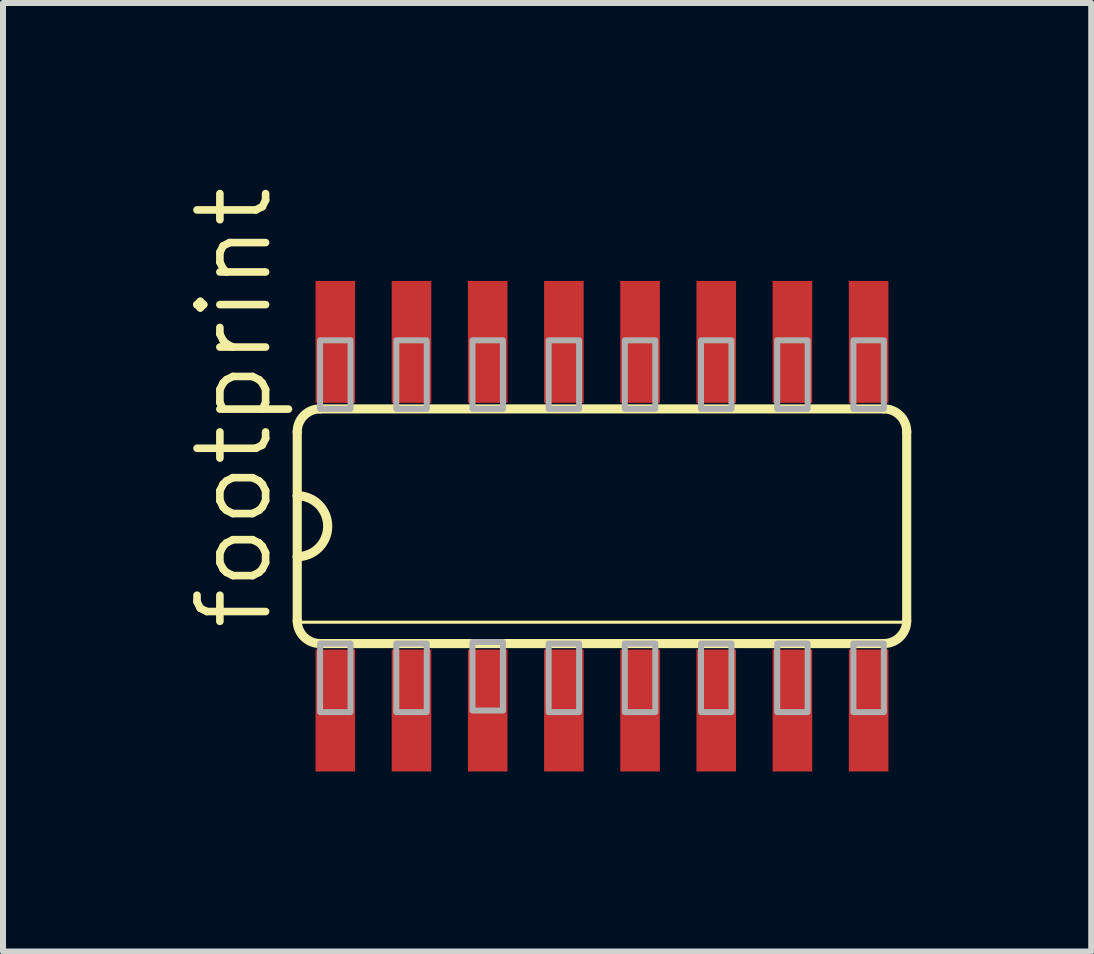
<source format=kicad_pcb>
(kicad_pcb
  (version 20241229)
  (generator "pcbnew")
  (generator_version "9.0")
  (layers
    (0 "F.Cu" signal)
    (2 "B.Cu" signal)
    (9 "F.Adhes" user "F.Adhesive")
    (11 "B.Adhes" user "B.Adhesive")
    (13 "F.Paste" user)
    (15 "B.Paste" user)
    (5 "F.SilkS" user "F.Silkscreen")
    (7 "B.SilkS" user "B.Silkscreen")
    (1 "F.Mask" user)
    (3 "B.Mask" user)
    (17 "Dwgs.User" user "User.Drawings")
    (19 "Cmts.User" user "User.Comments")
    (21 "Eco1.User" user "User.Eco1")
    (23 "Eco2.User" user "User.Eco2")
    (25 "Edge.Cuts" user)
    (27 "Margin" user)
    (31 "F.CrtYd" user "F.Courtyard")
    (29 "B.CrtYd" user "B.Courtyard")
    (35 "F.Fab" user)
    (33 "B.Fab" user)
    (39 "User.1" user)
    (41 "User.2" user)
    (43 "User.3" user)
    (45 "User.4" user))
  (footprint "footprint"
    (layer "F.Cu")
    (at 6.985 5.722)
    (property "Reference" "footprint" (at -5.461 1.778 90) (layer "F.SilkS") (effects (font (size 1.143 1.143) (thickness 0.127)) (justify left bottom)))
    (fp_line (start -5.08 -1.575) (end -5.08 -0.508) (stroke (width 0.152) (type solid)) (layer "F.SilkS"))
    (fp_line (start -5.08 -0.508) (end -5.08 0.508) (stroke (width 0.152) (type solid)) (layer "F.SilkS"))
    (fp_line (start -5.08 0.508) (end -5.08 1.575) (stroke (width 0.152) (type solid)) (layer "F.SilkS"))
    (fp_line (start -5.08 1.6) (end 5.08 1.6) (stroke (width 0.051) (type solid)) (layer "F.SilkS"))
    (fp_line (start -4.699 1.956) (end 4.699 1.956) (stroke (width 0.152) (type solid)) (layer "F.SilkS"))
    (fp_line (start 4.699 -1.956) (end -4.699 -1.956) (stroke (width 0.152) (type solid)) (layer "F.SilkS"))
    (fp_line (start 5.08 1.575) (end 5.08 -1.575) (stroke (width 0.152) (type solid)) (layer "F.SilkS"))
    (fp_arc (start -5.08 -1.5748) (mid -4.968408 -1.844208) (end -4.699 -1.9558) (stroke (width 0.1524) (type solid)) (layer "F.SilkS"))
    (fp_arc (start -5.08 -0.508) (mid -4.572 0) (end -5.08 0.508) (stroke (width 0.1524) (type solid)) (layer "F.SilkS"))
    (fp_arc (start -4.699 1.9558) (mid -4.968408 1.844208) (end -5.08 1.5748) (stroke (width 0.1524) (type solid)) (layer "F.SilkS"))
    (fp_arc (start 4.699 -1.9558) (mid 4.968408 -1.844208) (end 5.08 -1.5748) (stroke (width 0.1524) (type solid)) (layer "F.SilkS"))
    (fp_arc (start 5.08 1.5748) (mid 4.968408 1.844208) (end 4.699 1.9558) (stroke (width 0.1524) (type solid)) (layer "F.SilkS"))
    (fp_poly (pts (xy -4.699 -1.956) (xy -4.191 -1.956) (xy -4.191 -3.099) (xy -4.699 -3.099)) (stroke (width 0.1) (type solid)) (fill no) (layer "F.Fab"))
    (fp_poly (pts (xy -4.699 3.099) (xy -4.191 3.099) (xy -4.191 1.956) (xy -4.699 1.956)) (stroke (width 0.1) (type solid)) (fill no) (layer "F.Fab"))
    (fp_poly (pts (xy -3.429 -1.956) (xy -2.921 -1.956) (xy -2.921 -3.099) (xy -3.429 -3.099)) (stroke (width 0.1) (type solid)) (fill no) (layer "F.Fab"))
    (fp_poly (pts (xy -3.429 3.099) (xy -2.921 3.099) (xy -2.921 1.956) (xy -3.429 1.956)) (stroke (width 0.1) (type solid)) (fill no) (layer "F.Fab"))
    (fp_poly (pts (xy -2.159 -1.956) (xy -1.651 -1.956) (xy -1.651 -3.099) (xy -2.159 -3.099)) (stroke (width 0.1) (type solid)) (fill no) (layer "F.Fab"))
    (fp_poly (pts (xy -2.159 3.073) (xy -1.651 3.073) (xy -1.651 1.93) (xy -2.159 1.93)) (stroke (width 0.1) (type solid)) (fill no) (layer "F.Fab"))
    (fp_poly (pts (xy -0.889 -1.956) (xy -0.381 -1.956) (xy -0.381 -3.099) (xy -0.889 -3.099)) (stroke (width 0.1) (type solid)) (fill no) (layer "F.Fab"))
    (fp_poly (pts (xy -0.889 3.099) (xy -0.381 3.099) (xy -0.381 1.956) (xy -0.889 1.956)) (stroke (width 0.1) (type solid)) (fill no) (layer "F.Fab"))
    (fp_poly (pts (xy 0.381 -1.956) (xy 0.889 -1.956) (xy 0.889 -3.099) (xy 0.381 -3.099)) (stroke (width 0.1) (type solid)) (fill no) (layer "F.Fab"))
    (fp_poly (pts (xy 0.381 3.099) (xy 0.889 3.099) (xy 0.889 1.956) (xy 0.381 1.956)) (stroke (width 0.1) (type solid)) (fill no) (layer "F.Fab"))
    (fp_poly (pts (xy 1.651 -1.956) (xy 2.159 -1.956) (xy 2.159 -3.099) (xy 1.651 -3.099)) (stroke (width 0.1) (type solid)) (fill no) (layer "F.Fab"))
    (fp_poly (pts (xy 1.651 3.099) (xy 2.159 3.099) (xy 2.159 1.956) (xy 1.651 1.956)) (stroke (width 0.1) (type solid)) (fill no) (layer "F.Fab"))
    (fp_poly (pts (xy 2.921 -1.956) (xy 3.429 -1.956) (xy 3.429 -3.099) (xy 2.921 -3.099)) (stroke (width 0.1) (type solid)) (fill no) (layer "F.Fab"))
    (fp_poly (pts (xy 2.921 3.099) (xy 3.429 3.099) (xy 3.429 1.956) (xy 2.921 1.956)) (stroke (width 0.1) (type solid)) (fill no) (layer "F.Fab"))
    (fp_poly (pts (xy 4.191 -1.956) (xy 4.699 -1.956) (xy 4.699 -3.099) (xy 4.191 -3.099)) (stroke (width 0.1) (type solid)) (fill no) (layer "F.Fab"))
    (fp_poly (pts (xy 4.191 3.099) (xy 4.699 3.099) (xy 4.699 1.956) (xy 4.191 1.956)) (stroke (width 0.1) (type solid)) (fill no) (layer "F.Fab"))
    (pad "1" smd rect (at -4.445 3.073) (size 0.66 2.032) (layers "F.Cu" "F.Mask" "F.Paste"))
    (pad "2" smd rect (at -3.175 3.073) (size 0.66 2.032) (layers "F.Cu" "F.Mask" "F.Paste"))
    (pad "3" smd rect (at -1.905 3.073) (size 0.66 2.032) (layers "F.Cu" "F.Mask" "F.Paste"))
    (pad "4" smd rect (at -0.635 3.073) (size 0.66 2.032) (layers "F.Cu" "F.Mask" "F.Paste"))
    (pad "5" smd rect (at 0.635 3.073) (size 0.66 2.032) (layers "F.Cu" "F.Mask" "F.Paste"))
    (pad "6" smd rect (at 1.905 3.073) (size 0.66 2.032) (layers "F.Cu" "F.Mask" "F.Paste"))
    (pad "7" smd rect (at 3.175 3.073) (size 0.66 2.032) (layers "F.Cu" "F.Mask" "F.Paste"))
    (pad "8" smd rect (at 4.445 3.073) (size 0.66 2.032) (layers "F.Cu" "F.Mask" "F.Paste"))
    (pad "9" smd rect (at 4.445 -3.073) (size 0.66 2.032) (layers "F.Cu" "F.Mask" "F.Paste"))
    (pad "10" smd rect (at 3.175 -3.073) (size 0.66 2.032) (layers "F.Cu" "F.Mask" "F.Paste"))
    (pad "11" smd rect (at 1.905 -3.073) (size 0.66 2.032) (layers "F.Cu" "F.Mask" "F.Paste"))
    (pad "12" smd rect (at 0.635 -3.073) (size 0.66 2.032) (layers "F.Cu" "F.Mask" "F.Paste"))
    (pad "13" smd rect (at -0.635 -3.073) (size 0.66 2.032) (layers "F.Cu" "F.Mask" "F.Paste"))
    (pad "14" smd rect (at -1.905 -3.073) (size 0.66 2.032) (layers "F.Cu" "F.Mask" "F.Paste"))
    (pad "15" smd rect (at -3.175 -3.073) (size 0.66 2.032) (layers "F.Cu" "F.Mask" "F.Paste"))
    (pad "16" smd rect (at -4.445 -3.073) (size 0.66 2.032) (layers "F.Cu" "F.Mask" "F.Paste")))
  (gr_rect
    (start -3 -3)
    (end 15.141 12.812)
    (stroke (width 0.1) (type default))
    (fill no)
    (layer "Edge.Cuts")))
</source>
